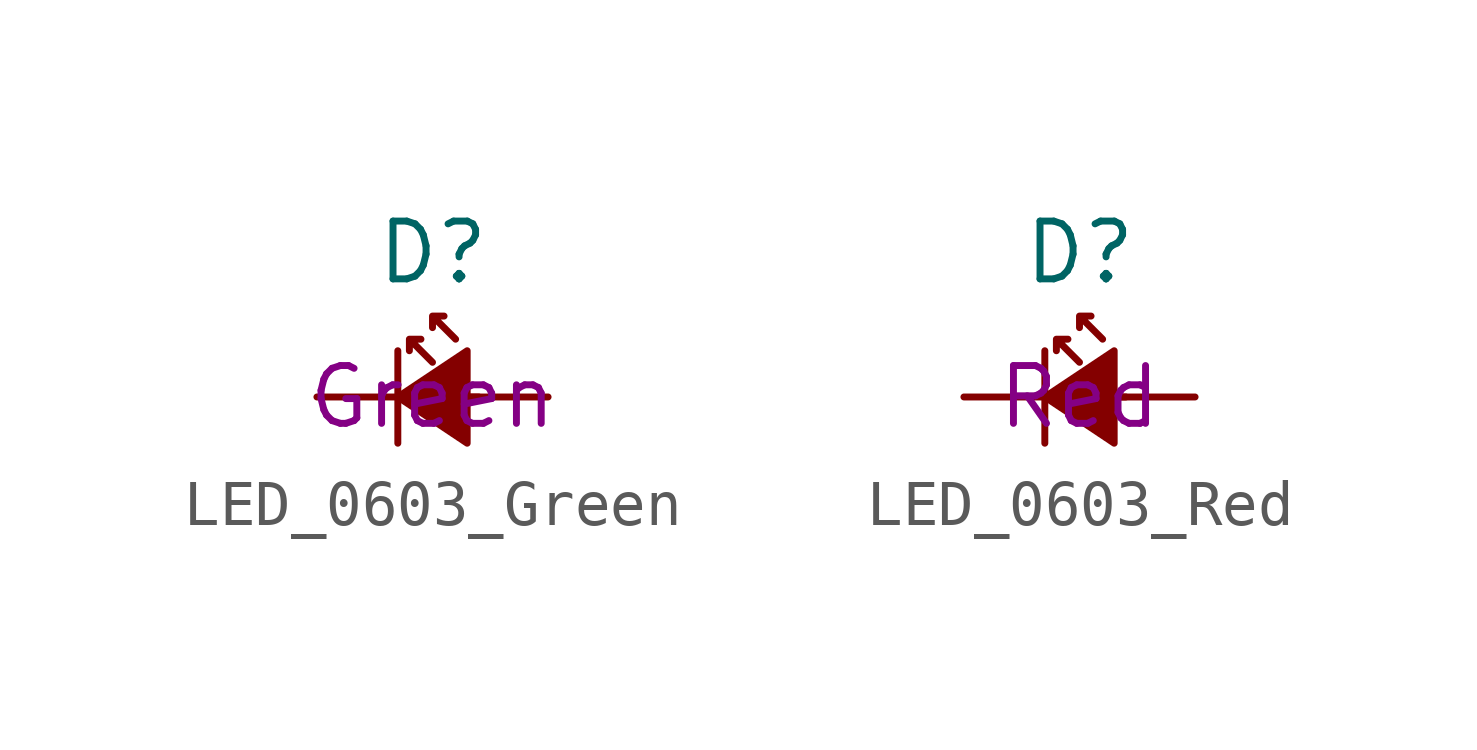
<source format=kicad_sym>
(kicad_symbol_lib
  (version 20211014)
  (generator kicad_symbol_editor)
  (symbol "LED_0603_Green"
    (pin_numbers hide)
    (pin_names
      (offset 0.254) hide)
    (property "Reference" "D"
      (at -1.27 3.175 0)
      (effects (font (size 1.27 1.27)) (justify left)))
    (property "Colour" "Green"
      (at 0 0 0)
      (effects (font (size 1.27 1.27))))
    (symbol "LED_0603_Green_0_1"
      (polyline (pts (xy -0.762 -1.016) (xy -0.762 1.016)) (stroke (width 0) (type default) (color 0 0 0 0)) (fill (type none)))
      (polyline (pts (xy 1.016 0) (xy -0.762 0)) (stroke (width 0) (type default) (color 0 0 0 0)) (fill (type none)))
      (polyline (pts (xy 0.762 -1.016) (xy -0.762 0) (xy 0.762 1.016) (xy 0.762 -1.016)) (stroke (width 0) (type default) (color 0 0 0 0)) (fill (type outline)))
      (polyline (pts (xy 0 0.762) (xy -0.508 1.27) (xy -0.254 1.27) (xy -0.508 1.27) (xy -0.508 1.016)) (stroke (width 0) (type default) (color 0 0 0 0)) (fill (type none)))
      (polyline (pts (xy 0.508 1.27) (xy 0 1.778) (xy 0.254 1.778) (xy 0 1.778) (xy 0 1.524)) (stroke (width 0) (type default) (color 0 0 0 0)) (fill (type none))))
    (symbol "LED_0603_Green_1_1"
      (pin passive line (at -2.54 0 0) (length 1.778) (name "K" (effects (font (size 1.27 1.27)))) (number "1" (effects (font (size 1.27 1.27)))))
      (pin passive line (at 2.54 0 180) (length 1.778) (name "A" (effects (font (size 1.27 1.27)))) (number "2" (effects (font (size 1.27 1.27)))))))
  (symbol "LED_0603_Red"
    (pin_numbers hide)
    (pin_names
      (offset 0.254) hide)
    (property "Reference" "D"
      (at -1.27 3.175 0)
      (effects (font (size 1.27 1.27)) (justify left)))
    (property "Colour" "Red"
      (at 0 0 0)
      (effects (font (size 1.27 1.27))))
    (symbol "LED_0603_Red_0_1"
      (polyline (pts (xy -0.762 -1.016) (xy -0.762 1.016)) (stroke (width 0) (type default) (color 0 0 0 0)) (fill (type none)))
      (polyline (pts (xy 1.016 0) (xy -0.762 0)) (stroke (width 0) (type default) (color 0 0 0 0)) (fill (type none)))
      (polyline (pts (xy 0.762 -1.016) (xy -0.762 0) (xy 0.762 1.016) (xy 0.762 -1.016)) (stroke (width 0) (type default) (color 0 0 0 0)) (fill (type outline)))
      (polyline (pts (xy 0 0.762) (xy -0.508 1.27) (xy -0.254 1.27) (xy -0.508 1.27) (xy -0.508 1.016)) (stroke (width 0) (type default) (color 0 0 0 0)) (fill (type none)))
      (polyline (pts (xy 0.508 1.27) (xy 0 1.778) (xy 0.254 1.778) (xy 0 1.778) (xy 0 1.524)) (stroke (width 0) (type default) (color 0 0 0 0)) (fill (type none))))
    (symbol "LED_0603_Red_1_1"
      (pin passive line (at -2.54 0 0) (length 1.778) (name "K" (effects (font (size 1.27 1.27)))) (number "1" (effects (font (size 1.27 1.27)))))
      (pin passive line (at 2.54 0 180) (length 1.778) (name "A" (effects (font (size 1.27 1.27)))) (number "2" (effects (font (size 1.27 1.27))))))))
</source>
